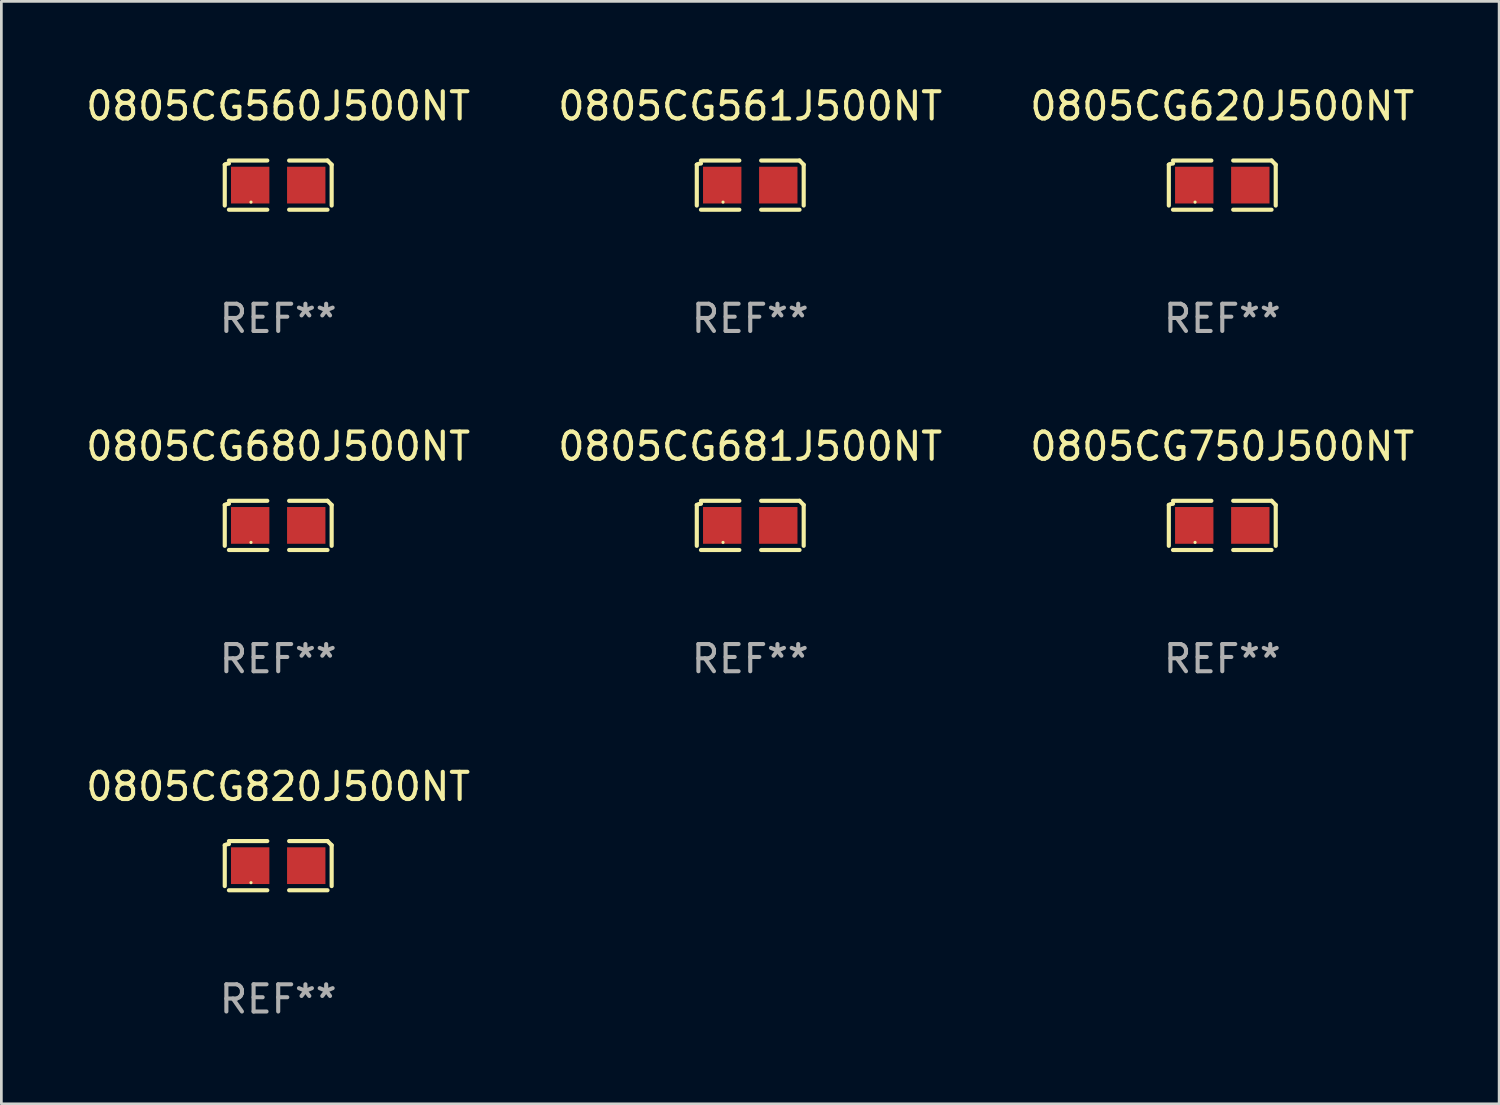
<source format=kicad_pcb>
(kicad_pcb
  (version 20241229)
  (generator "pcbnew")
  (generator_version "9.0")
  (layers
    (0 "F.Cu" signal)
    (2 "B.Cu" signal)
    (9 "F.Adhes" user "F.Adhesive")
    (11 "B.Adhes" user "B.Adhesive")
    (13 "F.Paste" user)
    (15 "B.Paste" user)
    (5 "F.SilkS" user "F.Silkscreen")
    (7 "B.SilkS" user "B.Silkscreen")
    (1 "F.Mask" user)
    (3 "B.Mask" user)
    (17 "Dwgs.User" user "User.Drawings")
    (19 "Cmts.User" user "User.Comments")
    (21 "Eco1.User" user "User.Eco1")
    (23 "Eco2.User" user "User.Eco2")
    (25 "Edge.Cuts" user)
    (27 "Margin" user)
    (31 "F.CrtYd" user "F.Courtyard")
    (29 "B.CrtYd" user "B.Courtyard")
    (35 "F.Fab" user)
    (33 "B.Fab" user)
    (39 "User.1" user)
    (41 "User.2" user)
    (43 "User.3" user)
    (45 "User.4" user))
  (footprint "0805CG620J500NT"
    (layer "F.Cu")
    (at 41.863 3.752)
    (property "Reference" "0805CG620J500NT" (at 0 -2.904 0) (layer "F.SilkS") (effects (font (size 1 1) (thickness 0.15))))
    (attr through_hole)
    (fp_line (start -1.964 0.751) (end -1.964 -0.751) (stroke (width 0.152) (type solid)) (layer "F.SilkS"))
    (fp_line (start -1.811 -0.904) (end -0.401 -0.904) (stroke (width 0.152) (type solid)) (layer "F.SilkS"))
    (fp_line (start -0.401 0.904) (end -1.811 0.904) (stroke (width 0.152) (type solid)) (layer "F.SilkS"))
    (fp_line (start 0.401 0.904) (end 1.811 0.904) (stroke (width 0.152) (type solid)) (layer "F.SilkS"))
    (fp_line (start 1.811 -0.904) (end 0.401 -0.904) (stroke (width 0.152) (type solid)) (layer "F.SilkS"))
    (fp_line (start 1.964 0.751) (end 1.964 -0.751) (stroke (width 0.152) (type solid)) (layer "F.SilkS"))
    (fp_arc (start -1.963602 -0.751207) (mid -1.890354 -0.783131) (end -1.811201 -0.794044) (stroke (width 0.1524) (type solid)) (layer "F.SilkS"))
    (fp_arc (start 1.811202 -0.903607) (mid 1.887413 -0.827418) (end 1.963602 -0.751207) (stroke (width 0.1524) (type solid)) (layer "F.SilkS"))
    (fp_circle (center -1 0.625) (end -0.97 0.625) (stroke (width 0.06) (type solid)) (fill no) (layer "F.SilkS"))
    (fp_text user "REF**" (at 0 4.904 0) (layer "F.Fab") (effects (font (size 1 1) (thickness 0.15))))
    (pad "1" smd rect (at -1.03 0) (size 1.41 1.35) (layers "F.Cu" "F.Mask" "F.Paste"))
    (pad "2" smd rect (at 1.03 0) (size 1.41 1.35) (layers "F.Cu" "F.Mask" "F.Paste")))
  (footprint "0805CG560J500NT"
    (layer "F.Cu")
    (at 7.173 3.752)
    (property "Reference" "0805CG560J500NT" (at 0 -2.904 0) (layer "F.SilkS") (effects (font (size 1 1) (thickness 0.15))))
    (attr through_hole)
    (fp_line (start -1.964 0.751) (end -1.964 -0.751) (stroke (width 0.152) (type solid)) (layer "F.SilkS"))
    (fp_line (start -1.811 -0.904) (end -0.401 -0.904) (stroke (width 0.152) (type solid)) (layer "F.SilkS"))
    (fp_line (start -0.401 0.904) (end -1.811 0.904) (stroke (width 0.152) (type solid)) (layer "F.SilkS"))
    (fp_line (start 0.401 0.904) (end 1.811 0.904) (stroke (width 0.152) (type solid)) (layer "F.SilkS"))
    (fp_line (start 1.811 -0.904) (end 0.401 -0.904) (stroke (width 0.152) (type solid)) (layer "F.SilkS"))
    (fp_line (start 1.964 0.751) (end 1.964 -0.751) (stroke (width 0.152) (type solid)) (layer "F.SilkS"))
    (fp_arc (start -1.963602 -0.751207) (mid -1.890354 -0.783131) (end -1.811201 -0.794044) (stroke (width 0.1524) (type solid)) (layer "F.SilkS"))
    (fp_arc (start 1.811202 -0.903607) (mid 1.887413 -0.827418) (end 1.963602 -0.751207) (stroke (width 0.1524) (type solid)) (layer "F.SilkS"))
    (fp_circle (center -1 0.625) (end -0.97 0.625) (stroke (width 0.06) (type solid)) (fill no) (layer "F.SilkS"))
    (fp_text user "REF**" (at 0 4.904 0) (layer "F.Fab") (effects (font (size 1 1) (thickness 0.15))))
    (pad "1" smd rect (at -1.03 0) (size 1.41 1.35) (layers "F.Cu" "F.Mask" "F.Paste"))
    (pad "2" smd rect (at 1.03 0) (size 1.41 1.35) (layers "F.Cu" "F.Mask" "F.Paste")))
  (footprint "0805CG750J500NT"
    (layer "F.Cu")
    (at 41.863 16.256)
    (property "Reference" "0805CG750J500NT" (at 0 -2.904 0) (layer "F.SilkS") (effects (font (size 1 1) (thickness 0.15))))
    (attr through_hole)
    (fp_line (start -1.964 0.751) (end -1.964 -0.751) (stroke (width 0.152) (type solid)) (layer "F.SilkS"))
    (fp_line (start -1.811 -0.904) (end -0.401 -0.904) (stroke (width 0.152) (type solid)) (layer "F.SilkS"))
    (fp_line (start -0.401 0.904) (end -1.811 0.904) (stroke (width 0.152) (type solid)) (layer "F.SilkS"))
    (fp_line (start 0.401 0.904) (end 1.811 0.904) (stroke (width 0.152) (type solid)) (layer "F.SilkS"))
    (fp_line (start 1.811 -0.904) (end 0.401 -0.904) (stroke (width 0.152) (type solid)) (layer "F.SilkS"))
    (fp_line (start 1.964 0.751) (end 1.964 -0.751) (stroke (width 0.152) (type solid)) (layer "F.SilkS"))
    (fp_arc (start -1.963602 -0.751207) (mid -1.890354 -0.783131) (end -1.811201 -0.794044) (stroke (width 0.1524) (type solid)) (layer "F.SilkS"))
    (fp_arc (start 1.811202 -0.903607) (mid 1.887413 -0.827418) (end 1.963602 -0.751207) (stroke (width 0.1524) (type solid)) (layer "F.SilkS"))
    (fp_circle (center -1 0.625) (end -0.97 0.625) (stroke (width 0.06) (type solid)) (fill no) (layer "F.SilkS"))
    (fp_text user "REF**" (at 0 4.904 0) (layer "F.Fab") (effects (font (size 1 1) (thickness 0.15))))
    (pad "1" smd rect (at -1.03 0) (size 1.41 1.35) (layers "F.Cu" "F.Mask" "F.Paste"))
    (pad "2" smd rect (at 1.03 0) (size 1.41 1.35) (layers "F.Cu" "F.Mask" "F.Paste")))
  (footprint "0805CG561J500NT"
    (layer "F.Cu")
    (at 24.518 3.752)
    (property "Reference" "0805CG561J500NT" (at 0 -2.904 0) (layer "F.SilkS") (effects (font (size 1 1) (thickness 0.15))))
    (attr through_hole)
    (fp_line (start -1.964 0.751) (end -1.964 -0.751) (stroke (width 0.152) (type solid)) (layer "F.SilkS"))
    (fp_line (start -1.811 -0.904) (end -0.401 -0.904) (stroke (width 0.152) (type solid)) (layer "F.SilkS"))
    (fp_line (start -0.401 0.904) (end -1.811 0.904) (stroke (width 0.152) (type solid)) (layer "F.SilkS"))
    (fp_line (start 0.401 0.904) (end 1.811 0.904) (stroke (width 0.152) (type solid)) (layer "F.SilkS"))
    (fp_line (start 1.811 -0.904) (end 0.401 -0.904) (stroke (width 0.152) (type solid)) (layer "F.SilkS"))
    (fp_line (start 1.964 0.751) (end 1.964 -0.751) (stroke (width 0.152) (type solid)) (layer "F.SilkS"))
    (fp_arc (start -1.963602 -0.751207) (mid -1.890354 -0.783131) (end -1.811201 -0.794044) (stroke (width 0.1524) (type solid)) (layer "F.SilkS"))
    (fp_arc (start 1.811202 -0.903607) (mid 1.887413 -0.827418) (end 1.963602 -0.751207) (stroke (width 0.1524) (type solid)) (layer "F.SilkS"))
    (fp_circle (center -1 0.625) (end -0.97 0.625) (stroke (width 0.06) (type solid)) (fill no) (layer "F.SilkS"))
    (fp_text user "REF**" (at 0 4.904 0) (layer "F.Fab") (effects (font (size 1 1) (thickness 0.15))))
    (pad "1" smd rect (at -1.03 0) (size 1.41 1.35) (layers "F.Cu" "F.Mask" "F.Paste"))
    (pad "2" smd rect (at 1.03 0) (size 1.41 1.35) (layers "F.Cu" "F.Mask" "F.Paste")))
  (footprint "0805CG681J500NT"
    (layer "F.Cu")
    (at 24.518 16.256)
    (property "Reference" "0805CG681J500NT" (at 0 -2.904 0) (layer "F.SilkS") (effects (font (size 1 1) (thickness 0.15))))
    (attr through_hole)
    (fp_line (start -1.964 0.751) (end -1.964 -0.751) (stroke (width 0.152) (type solid)) (layer "F.SilkS"))
    (fp_line (start -1.811 -0.904) (end -0.401 -0.904) (stroke (width 0.152) (type solid)) (layer "F.SilkS"))
    (fp_line (start -0.401 0.904) (end -1.811 0.904) (stroke (width 0.152) (type solid)) (layer "F.SilkS"))
    (fp_line (start 0.401 0.904) (end 1.811 0.904) (stroke (width 0.152) (type solid)) (layer "F.SilkS"))
    (fp_line (start 1.811 -0.904) (end 0.401 -0.904) (stroke (width 0.152) (type solid)) (layer "F.SilkS"))
    (fp_line (start 1.964 0.751) (end 1.964 -0.751) (stroke (width 0.152) (type solid)) (layer "F.SilkS"))
    (fp_arc (start -1.963602 -0.751207) (mid -1.890354 -0.783131) (end -1.811201 -0.794044) (stroke (width 0.1524) (type solid)) (layer "F.SilkS"))
    (fp_arc (start 1.811202 -0.903607) (mid 1.887413 -0.827418) (end 1.963602 -0.751207) (stroke (width 0.1524) (type solid)) (layer "F.SilkS"))
    (fp_circle (center -1 0.625) (end -0.97 0.625) (stroke (width 0.06) (type solid)) (fill no) (layer "F.SilkS"))
    (fp_text user "REF**" (at 0 4.904 0) (layer "F.Fab") (effects (font (size 1 1) (thickness 0.15))))
    (pad "1" smd rect (at -1.03 0) (size 1.41 1.35) (layers "F.Cu" "F.Mask" "F.Paste"))
    (pad "2" smd rect (at 1.03 0) (size 1.41 1.35) (layers "F.Cu" "F.Mask" "F.Paste")))
  (footprint "0805CG820J500NT"
    (layer "F.Cu")
    (at 7.173 28.759)
    (property "Reference" "0805CG820J500NT" (at 0 -2.904 0) (layer "F.SilkS") (effects (font (size 1 1) (thickness 0.15))))
    (attr through_hole)
    (fp_line (start -1.964 0.751) (end -1.964 -0.751) (stroke (width 0.152) (type solid)) (layer "F.SilkS"))
    (fp_line (start -1.811 -0.904) (end -0.401 -0.904) (stroke (width 0.152) (type solid)) (layer "F.SilkS"))
    (fp_line (start -0.401 0.904) (end -1.811 0.904) (stroke (width 0.152) (type solid)) (layer "F.SilkS"))
    (fp_line (start 0.401 0.904) (end 1.811 0.904) (stroke (width 0.152) (type solid)) (layer "F.SilkS"))
    (fp_line (start 1.811 -0.904) (end 0.401 -0.904) (stroke (width 0.152) (type solid)) (layer "F.SilkS"))
    (fp_line (start 1.964 0.751) (end 1.964 -0.751) (stroke (width 0.152) (type solid)) (layer "F.SilkS"))
    (fp_arc (start -1.963602 -0.751207) (mid -1.890354 -0.783131) (end -1.811201 -0.794044) (stroke (width 0.1524) (type solid)) (layer "F.SilkS"))
    (fp_arc (start 1.811202 -0.903607) (mid 1.887413 -0.827418) (end 1.963602 -0.751207) (stroke (width 0.1524) (type solid)) (layer "F.SilkS"))
    (fp_circle (center -1 0.625) (end -0.97 0.625) (stroke (width 0.06) (type solid)) (fill no) (layer "F.SilkS"))
    (fp_text user "REF**" (at 0 4.904 0) (layer "F.Fab") (effects (font (size 1 1) (thickness 0.15))))
    (pad "1" smd rect (at -1.03 0) (size 1.41 1.35) (layers "F.Cu" "F.Mask" "F.Paste"))
    (pad "2" smd rect (at 1.03 0) (size 1.41 1.35) (layers "F.Cu" "F.Mask" "F.Paste")))
  (footprint "0805CG680J500NT"
    (layer "F.Cu")
    (at 7.173 16.256)
    (property "Reference" "0805CG680J500NT" (at 0 -2.904 0) (layer "F.SilkS") (effects (font (size 1 1) (thickness 0.15))))
    (attr through_hole)
    (fp_line (start -1.964 0.751) (end -1.964 -0.751) (stroke (width 0.152) (type solid)) (layer "F.SilkS"))
    (fp_line (start -1.811 -0.904) (end -0.401 -0.904) (stroke (width 0.152) (type solid)) (layer "F.SilkS"))
    (fp_line (start -0.401 0.904) (end -1.811 0.904) (stroke (width 0.152) (type solid)) (layer "F.SilkS"))
    (fp_line (start 0.401 0.904) (end 1.811 0.904) (stroke (width 0.152) (type solid)) (layer "F.SilkS"))
    (fp_line (start 1.811 -0.904) (end 0.401 -0.904) (stroke (width 0.152) (type solid)) (layer "F.SilkS"))
    (fp_line (start 1.964 0.751) (end 1.964 -0.751) (stroke (width 0.152) (type solid)) (layer "F.SilkS"))
    (fp_arc (start -1.963602 -0.751207) (mid -1.890354 -0.783131) (end -1.811201 -0.794044) (stroke (width 0.1524) (type solid)) (layer "F.SilkS"))
    (fp_arc (start 1.811202 -0.903607) (mid 1.887413 -0.827418) (end 1.963602 -0.751207) (stroke (width 0.1524) (type solid)) (layer "F.SilkS"))
    (fp_circle (center -1 0.625) (end -0.97 0.625) (stroke (width 0.06) (type solid)) (fill no) (layer "F.SilkS"))
    (fp_text user "REF**" (at 0 4.904 0) (layer "F.Fab") (effects (font (size 1 1) (thickness 0.15))))
    (pad "1" smd rect (at -1.03 0) (size 1.41 1.35) (layers "F.Cu" "F.Mask" "F.Paste"))
    (pad "2" smd rect (at 1.03 0) (size 1.41 1.35) (layers "F.Cu" "F.Mask" "F.Paste")))
  (gr_rect
    (start -3 -3)
    (end 52.036 37.511)
    (stroke (width 0.1) (type default))
    (fill no)
    (layer "Edge.Cuts")))
</source>
